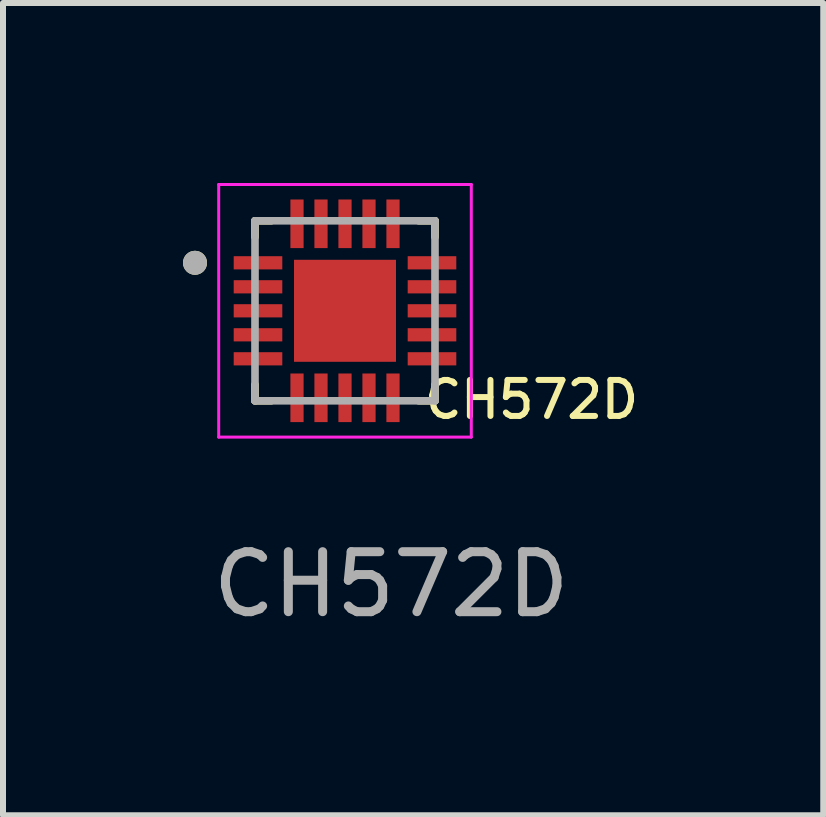
<source format=kicad_pcb>
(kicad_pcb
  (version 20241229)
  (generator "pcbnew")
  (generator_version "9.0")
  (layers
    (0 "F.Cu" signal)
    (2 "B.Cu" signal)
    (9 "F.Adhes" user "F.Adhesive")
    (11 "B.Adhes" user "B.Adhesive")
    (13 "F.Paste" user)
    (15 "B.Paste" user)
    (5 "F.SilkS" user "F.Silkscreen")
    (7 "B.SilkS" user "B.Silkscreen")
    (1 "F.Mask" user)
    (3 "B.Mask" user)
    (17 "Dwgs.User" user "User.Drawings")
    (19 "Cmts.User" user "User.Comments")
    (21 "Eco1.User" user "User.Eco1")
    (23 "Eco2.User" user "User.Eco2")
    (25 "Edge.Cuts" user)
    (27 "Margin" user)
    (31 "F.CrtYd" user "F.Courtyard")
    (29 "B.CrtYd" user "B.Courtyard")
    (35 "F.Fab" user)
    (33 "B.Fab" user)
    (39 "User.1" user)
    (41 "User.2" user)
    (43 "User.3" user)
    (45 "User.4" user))
  (footprint "CH572D"
    (layer "F.Cu")
    (at 3.47 4.19)
    (property "Reference" "CH572D" (at 2.34 -0.58 0) (unlocked yes) (layer "F.SilkS") (effects (font (size 0.6 0.6) (thickness 0.1))))
    (attr smd)
    (fp_poly (pts (xy -2.675 -3.02) (xy -1.775 -3.02) (xy -1.775 -2.7) (xy -2.675 -2.7)) (stroke (width 0.01) (type solid)) (fill yes) (layer "F.Mask"))
    (fp_poly (pts (xy -2.675 -2.62) (xy -1.775 -2.62) (xy -1.775 -2.3) (xy -2.675 -2.3)) (stroke (width 0.01) (type solid)) (fill yes) (layer "F.Mask"))
    (fp_poly (pts (xy -2.675 -2.22) (xy -1.775 -2.22) (xy -1.775 -1.9) (xy -2.675 -1.9)) (stroke (width 0.01) (type solid)) (fill yes) (layer "F.Mask"))
    (fp_poly (pts (xy -2.675 -1.82) (xy -1.775 -1.82) (xy -1.775 -1.5) (xy -2.675 -1.5)) (stroke (width 0.01) (type solid)) (fill yes) (layer "F.Mask"))
    (fp_poly (pts (xy -2.675 -1.42) (xy -1.775 -1.42) (xy -1.775 -1.1) (xy -2.675 -1.1)) (stroke (width 0.01) (type solid)) (fill yes) (layer "F.Mask"))
    (fp_poly (pts (xy -1.73 -3.965) (xy -1.41 -3.965) (xy -1.41 -3.055) (xy -1.73 -3.055)) (stroke (width 0.01) (type solid)) (fill yes) (layer "F.Mask"))
    (fp_poly (pts (xy -1.73 -1.065) (xy -1.41 -1.065) (xy -1.41 -0.155) (xy -1.73 -0.155)) (stroke (width 0.01) (type solid)) (fill yes) (layer "F.Mask"))
    (fp_poly (pts (xy -1.67 -2.96) (xy 0.13 -2.96) (xy 0.13 -1.16) (xy -1.67 -1.16)) (stroke (width 0.01) (type solid)) (fill yes) (layer "F.Mask"))
    (fp_poly (pts (xy -1.33 -3.965) (xy -1.01 -3.965) (xy -1.01 -3.055) (xy -1.33 -3.055)) (stroke (width 0.01) (type solid)) (fill yes) (layer "F.Mask"))
    (fp_poly (pts (xy -1.33 -1.065) (xy -1.01 -1.065) (xy -1.01 -0.155) (xy -1.33 -0.155)) (stroke (width 0.01) (type solid)) (fill yes) (layer "F.Mask"))
    (fp_poly (pts (xy -0.93 -3.965) (xy -0.61 -3.965) (xy -0.61 -3.055) (xy -0.93 -3.055)) (stroke (width 0.01) (type solid)) (fill yes) (layer "F.Mask"))
    (fp_poly (pts (xy -0.93 -1.065) (xy -0.61 -1.065) (xy -0.61 -0.155) (xy -0.93 -0.155)) (stroke (width 0.01) (type solid)) (fill yes) (layer "F.Mask"))
    (fp_poly (pts (xy -0.53 -3.965) (xy -0.21 -3.965) (xy -0.21 -3.055) (xy -0.53 -3.055)) (stroke (width 0.01) (type solid)) (fill yes) (layer "F.Mask"))
    (fp_poly (pts (xy -0.53 -1.065) (xy -0.21 -1.065) (xy -0.21 -0.155) (xy -0.53 -0.155)) (stroke (width 0.01) (type solid)) (fill yes) (layer "F.Mask"))
    (fp_poly (pts (xy -0.13 -3.965) (xy 0.19 -3.965) (xy 0.19 -3.055) (xy -0.13 -3.055)) (stroke (width 0.01) (type solid)) (fill yes) (layer "F.Mask"))
    (fp_poly (pts (xy -0.13 -1.065) (xy 0.19 -1.065) (xy 0.19 -0.155) (xy -0.13 -0.155)) (stroke (width 0.01) (type solid)) (fill yes) (layer "F.Mask"))
    (fp_poly (pts (xy 0.235 -3.02) (xy 1.135 -3.02) (xy 1.135 -2.7) (xy 0.235 -2.7)) (stroke (width 0.01) (type solid)) (fill yes) (layer "F.Mask"))
    (fp_poly (pts (xy 0.235 -2.62) (xy 1.135 -2.62) (xy 1.135 -2.3) (xy 0.235 -2.3)) (stroke (width 0.01) (type solid)) (fill yes) (layer "F.Mask"))
    (fp_poly (pts (xy 0.235 -2.22) (xy 1.135 -2.22) (xy 1.135 -1.9) (xy 0.235 -1.9)) (stroke (width 0.01) (type solid)) (fill yes) (layer "F.Mask"))
    (fp_poly (pts (xy 0.235 -1.82) (xy 1.135 -1.82) (xy 1.135 -1.5) (xy 0.235 -1.5)) (stroke (width 0.01) (type solid)) (fill yes) (layer "F.Mask"))
    (fp_poly (pts (xy 0.235 -1.42) (xy 1.135 -1.42) (xy 1.135 -1.1) (xy 0.235 -1.1)) (stroke (width 0.01) (type solid)) (fill yes) (layer "F.Mask"))
    (fp_line (start -2.27 -3.56) (end -2.27 -3.29) (stroke (width 0.127) (type solid)) (layer "F.SilkS"))
    (fp_line (start -2.27 -3.56) (end -2 -3.56) (stroke (width 0.127) (type solid)) (layer "F.SilkS"))
    (fp_line (start -2.27 -0.56) (end -2.27 -0.83) (stroke (width 0.127) (type solid)) (layer "F.SilkS"))
    (fp_line (start -2.27 -0.56) (end -2 -0.56) (stroke (width 0.127) (type solid)) (layer "F.SilkS"))
    (fp_line (start 0.73 -3.56) (end 0.46 -3.56) (stroke (width 0.127) (type solid)) (layer "F.SilkS"))
    (fp_line (start 0.73 -3.56) (end 0.73 -3.29) (stroke (width 0.127) (type solid)) (layer "F.SilkS"))
    (fp_line (start 0.73 -0.56) (end 0.46 -0.56) (stroke (width 0.127) (type solid)) (layer "F.SilkS"))
    (fp_line (start 0.73 -0.56) (end 0.73 -0.83) (stroke (width 0.127) (type solid)) (layer "F.SilkS"))
    (fp_circle (center -3.27 -2.86) (end -3.17 -2.86) (stroke (width 0.2) (type solid)) (fill no) (layer "F.SilkS"))
    (fp_line (start -2.875 -4.165) (end 1.335 -4.165) (stroke (width 0.05) (type solid)) (layer "F.CrtYd"))
    (fp_line (start -2.875 0.045) (end -2.875 -4.165) (stroke (width 0.05) (type solid)) (layer "F.CrtYd"))
    (fp_line (start -2.875 0.045) (end 1.335 0.045) (stroke (width 0.05) (type solid)) (layer "F.CrtYd"))
    (fp_line (start 1.335 0.045) (end 1.335 -4.165) (stroke (width 0.05) (type solid)) (layer "F.CrtYd"))
    (fp_line (start -2.27 -0.56) (end -2.27 -3.56) (stroke (width 0.127) (type solid)) (layer "F.Fab"))
    (fp_line (start 0.73 -3.56) (end -2.27 -3.56) (stroke (width 0.127) (type solid)) (layer "F.Fab"))
    (fp_line (start 0.73 -0.56) (end -2.27 -0.56) (stroke (width 0.127) (type solid)) (layer "F.Fab"))
    (fp_line (start 0.73 -0.56) (end 0.73 -3.56) (stroke (width 0.127) (type solid)) (layer "F.Fab"))
    (fp_circle (center -3.27 -2.86) (end -3.17 -2.86) (stroke (width 0.2) (type solid)) (fill no) (layer "F.Fab"))
    (fp_text user "${REFERENCE}" (at 0 2.5 0) (unlocked yes) (layer "F.Fab") (effects (font (size 1 1) (thickness 0.15))))
    (pad "0" smd rect (at -0.77 -2.06) (size 1.7 1.7) (layers "F.Cu"))
    (pad "1" smd rect (at -2.22 -2.86) (size 0.81 0.22) (layers "F.Cu" "F.Paste"))
    (pad "2" smd rect (at -2.22 -2.46) (size 0.81 0.22) (layers "F.Cu" "F.Paste"))
    (pad "3" smd rect (at -2.22 -2.06) (size 0.81 0.22) (layers "F.Cu" "F.Paste"))
    (pad "4" smd rect (at -2.22 -1.66) (size 0.81 0.22) (layers "F.Cu" "F.Paste"))
    (pad "5" smd rect (at -2.22 -1.26) (size 0.81 0.22) (layers "F.Cu" "F.Paste"))
    (pad "6" smd rect (at -1.57 -0.61) (size 0.22 0.81) (layers "F.Cu" "F.Paste"))
    (pad "7" smd rect (at -1.17 -0.61) (size 0.22 0.81) (layers "F.Cu" "F.Paste"))
    (pad "8" smd rect (at -0.77 -0.61) (size 0.22 0.81) (layers "F.Cu" "F.Paste"))
    (pad "9" smd rect (at -0.37 -0.61) (size 0.22 0.81) (layers "F.Cu" "F.Paste"))
    (pad "10" smd rect (at 0.03 -0.61) (size 0.22 0.81) (layers "F.Cu" "F.Paste"))
    (pad "11" smd rect (at 0.68 -1.26) (size 0.81 0.22) (layers "F.Cu" "F.Paste"))
    (pad "12" smd rect (at 0.68 -1.66) (size 0.81 0.22) (layers "F.Cu" "F.Paste"))
    (pad "13" smd rect (at 0.68 -2.06) (size 0.81 0.22) (layers "F.Cu" "F.Paste"))
    (pad "14" smd rect (at 0.68 -2.46) (size 0.81 0.22) (layers "F.Cu" "F.Paste"))
    (pad "15" smd rect (at 0.68 -2.86) (size 0.81 0.22) (layers "F.Cu" "F.Paste"))
    (pad "16" smd rect (at 0.03 -3.51) (size 0.22 0.81) (layers "F.Cu" "F.Paste"))
    (pad "17" smd rect (at -0.37 -3.51) (size 0.22 0.81) (layers "F.Cu" "F.Paste"))
    (pad "18" smd rect (at -0.77 -3.51) (size 0.22 0.81) (layers "F.Cu" "F.Paste"))
    (pad "19" smd rect (at -1.17 -3.51) (size 0.22 0.81) (layers "F.Cu" "F.Paste"))
    (pad "20" smd rect (at -1.57 -3.51) (size 0.22 0.81) (layers "F.Cu" "F.Paste")))
  (gr_rect
    (start -3 -3)
    (end 10.671 10.538)
    (stroke (width 0.1) (type default))
    (fill no)
    (layer "Edge.Cuts")))
</source>
